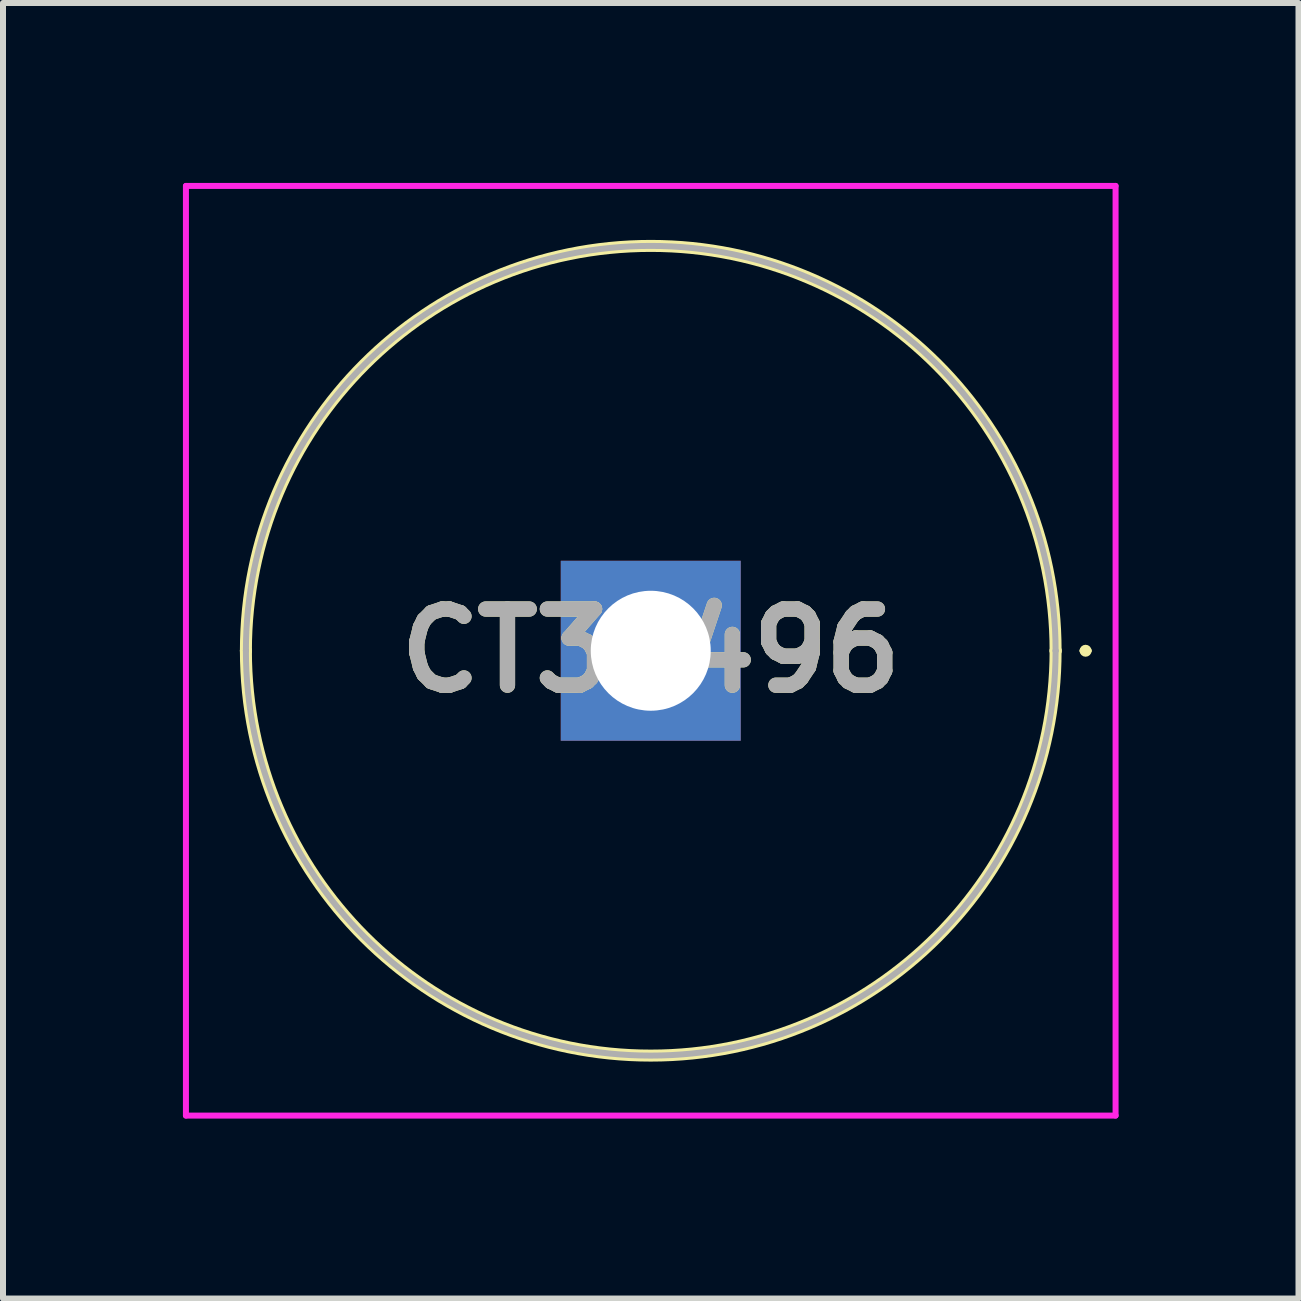
<source format=kicad_pcb>
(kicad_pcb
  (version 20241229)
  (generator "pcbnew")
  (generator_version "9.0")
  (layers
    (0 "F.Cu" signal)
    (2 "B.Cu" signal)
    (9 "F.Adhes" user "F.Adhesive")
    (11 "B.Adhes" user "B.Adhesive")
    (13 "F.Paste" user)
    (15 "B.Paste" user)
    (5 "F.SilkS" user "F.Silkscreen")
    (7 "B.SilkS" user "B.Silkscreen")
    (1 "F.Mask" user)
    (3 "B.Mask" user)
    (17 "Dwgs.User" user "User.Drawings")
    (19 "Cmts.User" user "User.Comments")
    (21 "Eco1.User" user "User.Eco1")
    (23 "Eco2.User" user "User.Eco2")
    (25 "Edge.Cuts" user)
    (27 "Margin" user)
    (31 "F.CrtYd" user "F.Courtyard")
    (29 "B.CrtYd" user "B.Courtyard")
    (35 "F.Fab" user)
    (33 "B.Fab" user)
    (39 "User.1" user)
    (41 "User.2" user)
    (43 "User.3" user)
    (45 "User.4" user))
  (footprint "CT31496"
    (layer "F.Cu")
    (at 7.8 7.8)
    (property "Reference" "CT31496" (at 0 0 0) (layer "F.SilkS") (effects (font (size 1.27 1.27) (thickness 0.254))))
    (attr through_hole)
    (fp_line (start -6.75 0) (end -6.75 0) (stroke (width 0.2) (type solid)) (layer "F.SilkS"))
    (fp_line (start 6.75 0) (end 6.75 0) (stroke (width 0.2) (type solid)) (layer "F.SilkS"))
    (fp_line (start 7.2 0) (end 7.2 0) (stroke (width 0.1) (type solid)) (layer "F.SilkS"))
    (fp_line (start 7.3 0) (end 7.3 0) (stroke (width 0.1) (type solid)) (layer "F.SilkS"))
    (fp_arc (start -6.75 0) (mid 0 -6.75) (end 6.75 0) (stroke (width 0.2) (type solid)) (layer "F.SilkS"))
    (fp_arc (start 6.75 0) (mid 0 6.75) (end -6.75 0) (stroke (width 0.2) (type solid)) (layer "F.SilkS"))
    (fp_arc (start 7.2 0) (mid 7.25 -0.05) (end 7.3 0) (stroke (width 0.1) (type solid)) (layer "F.SilkS"))
    (fp_arc (start 7.3 0) (mid 7.25 0.05) (end 7.2 0) (stroke (width 0.1) (type solid)) (layer "F.SilkS"))
    (fp_line (start -7.75 -7.75) (end 7.75 -7.75) (stroke (width 0.1) (type solid)) (layer "F.CrtYd"))
    (fp_line (start -7.75 7.75) (end -7.75 -7.75) (stroke (width 0.1) (type solid)) (layer "F.CrtYd"))
    (fp_line (start 7.75 -7.75) (end 7.75 7.75) (stroke (width 0.1) (type solid)) (layer "F.CrtYd"))
    (fp_line (start 7.75 7.75) (end -7.75 7.75) (stroke (width 0.1) (type solid)) (layer "F.CrtYd"))
    (fp_line (start -6.75 0) (end -6.75 0) (stroke (width 0.1) (type solid)) (layer "F.Fab"))
    (fp_line (start 6.75 0) (end 6.75 0) (stroke (width 0.1) (type solid)) (layer "F.Fab"))
    (fp_arc (start -6.75 0) (mid 0 -6.75) (end 6.75 0) (stroke (width 0.1) (type solid)) (layer "F.Fab"))
    (fp_arc (start 6.75 0) (mid 0 6.75) (end -6.75 0) (stroke (width 0.1) (type solid)) (layer "F.Fab"))
    (fp_text user "${REFERENCE}" (at 0 0 0) (layer "F.Fab") (effects (font (size 1.27 1.27) (thickness 0.254))))
    (pad "1" thru_hole rect (at 0 0) (size 3 3) (drill 2) (layers "*.Cu" "*.Mask")))
  (gr_rect
    (start -3 -3)
    (end 18.6 18.6)
    (stroke (width 0.1) (type default))
    (fill no)
    (layer "Edge.Cuts")))
</source>
